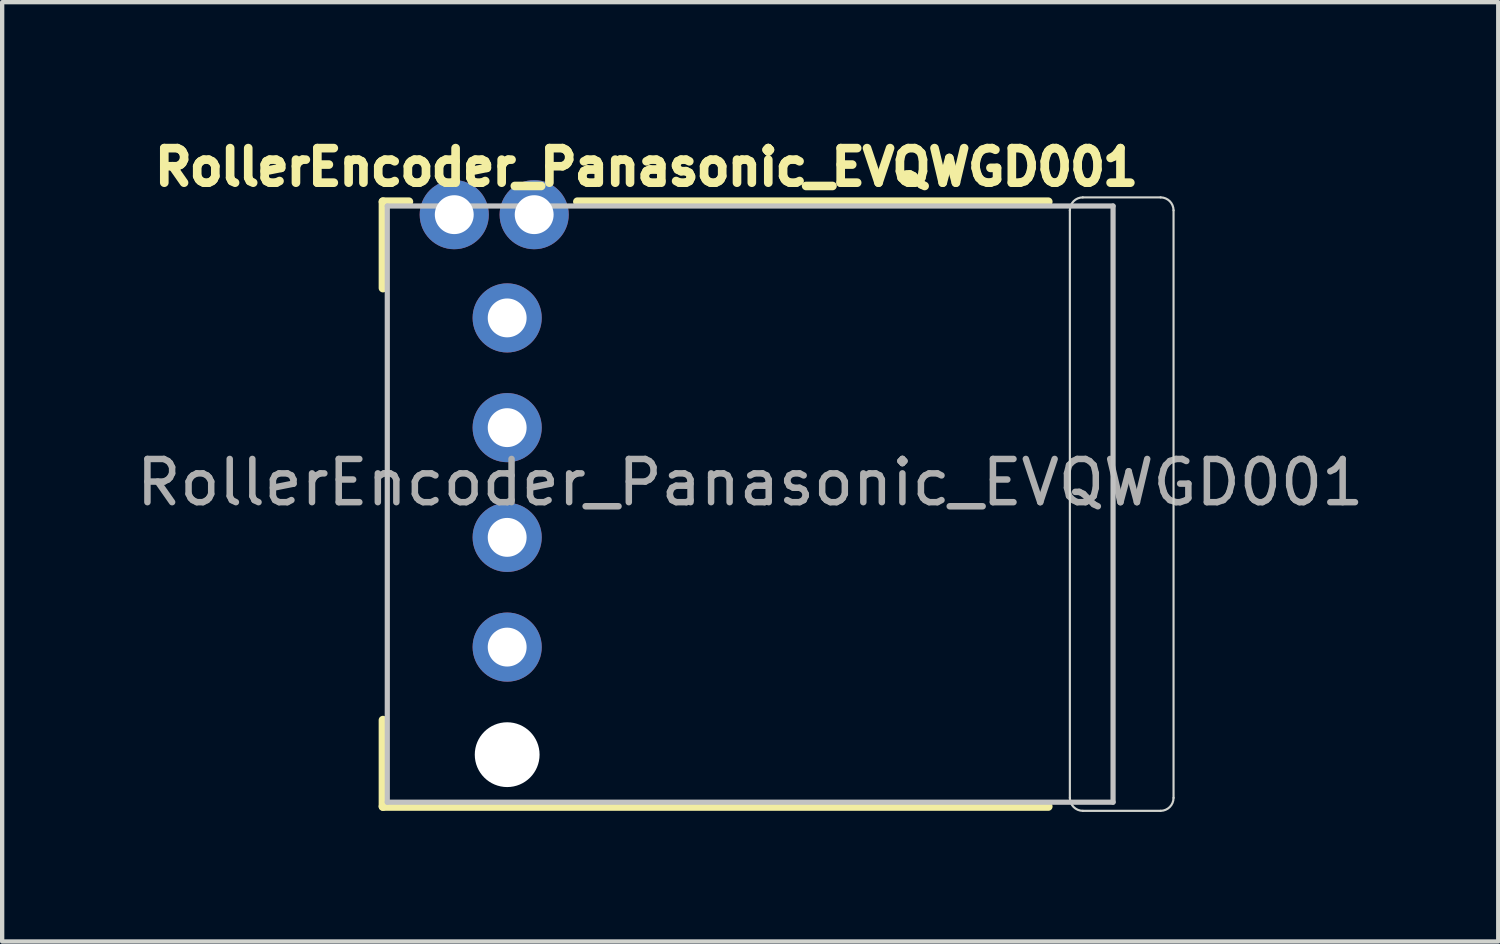
<source format=kicad_pcb>
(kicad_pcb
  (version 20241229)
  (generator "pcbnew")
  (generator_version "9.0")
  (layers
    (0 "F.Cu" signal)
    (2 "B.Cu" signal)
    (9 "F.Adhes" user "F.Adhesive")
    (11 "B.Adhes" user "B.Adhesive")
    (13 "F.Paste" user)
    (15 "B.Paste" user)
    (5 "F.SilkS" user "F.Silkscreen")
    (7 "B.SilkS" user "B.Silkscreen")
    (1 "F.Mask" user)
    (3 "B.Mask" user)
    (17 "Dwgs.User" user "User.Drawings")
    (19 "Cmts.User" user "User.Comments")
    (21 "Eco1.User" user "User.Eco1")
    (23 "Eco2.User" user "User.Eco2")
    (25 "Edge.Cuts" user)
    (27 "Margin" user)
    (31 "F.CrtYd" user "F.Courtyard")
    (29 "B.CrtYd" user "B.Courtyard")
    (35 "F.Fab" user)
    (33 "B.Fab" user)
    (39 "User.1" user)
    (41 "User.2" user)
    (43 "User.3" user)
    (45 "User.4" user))
  (footprint "RollerEncoder_Panasonic_EVQWGD001"
    (layer "F.Cu")
    (at 14.315 8.119)
    (property "Reference" "RollerEncoder_Panasonic_EVQWGD001" (at 0 0 180) (layer "F.Fab") (effects (font (size 1 1) (thickness 0.15))))
    (attr through_hole)
    (fp_line (start -8.5 -6.5) (end -8.5 -4.5) (stroke (width 0.2) (type solid)) (layer "F.SilkS"))
    (fp_line (start -8.5 5.5) (end -8.5 7.5) (stroke (width 0.2) (type solid)) (layer "F.SilkS"))
    (fp_line (start -8.5 7.5) (end 6.9 7.5) (stroke (width 0.2) (type solid)) (layer "F.SilkS"))
    (fp_line (start -7.9 -6.5) (end -8.5 -6.5) (stroke (width 0.2) (type solid)) (layer "F.SilkS"))
    (fp_line (start 6.9 -6.5) (end -4 -6.5) (stroke (width 0.2) (type solid)) (layer "F.SilkS"))
    (fp_line (start -8.4 -6.4) (end 8.4 -6.4) (stroke (width 0.12) (type solid)) (layer "Dwgs.User"))
    (fp_line (start -8.4 7.4) (end -8.4 -6.4) (stroke (width 0.12) (type solid)) (layer "Dwgs.User"))
    (fp_line (start 8.4 -6.4) (end 8.4 7.4) (stroke (width 0.12) (type solid)) (layer "Dwgs.User"))
    (fp_line (start 8.4 7.4) (end -8.4 7.4) (stroke (width 0.12) (type solid)) (layer "Dwgs.User"))
    (fp_line (start 7.4 -6.3) (end 7.4 7.3) (stroke (width 0.05) (type solid)) (layer "Edge.Cuts"))
    (fp_line (start 7.7 7.6) (end 9.5 7.6) (stroke (width 0.05) (type solid)) (layer "Edge.Cuts"))
    (fp_line (start 9.5 -6.6) (end 7.7 -6.6) (stroke (width 0.05) (type solid)) (layer "Edge.Cuts"))
    (fp_line (start 9.8 7.3) (end 9.8 -6.3) (stroke (width 0.05) (type solid)) (layer "Edge.Cuts"))
    (fp_arc (start 7.4 -6.3) (mid 7.487868 -6.512132) (end 7.7 -6.6) (stroke (width 0.05) (type solid)) (layer "Edge.Cuts"))
    (fp_arc (start 7.7 7.6) (mid 7.487868 7.512132) (end 7.4 7.3) (stroke (width 0.05) (type solid)) (layer "Edge.Cuts"))
    (fp_arc (start 9.5 -6.6) (mid 9.712132 -6.512132) (end 9.8 -6.3) (stroke (width 0.05) (type solid)) (layer "Edge.Cuts"))
    (fp_arc (start 9.8 7.3) (mid 9.712132 7.512132) (end 9.5 7.6) (stroke (width 0.05) (type solid)) (layer "Edge.Cuts"))
    (fp_text user "${REFERENCE}" (at -2.4 -7.3 180) (layer "F.SilkS") (effects (font (size 0.8 0.8) (thickness 0.2))))
    (pad "" np_thru_hole circle (at -5.625 6.3) (size 1.5 1.5) (drill 1.5) (layers "*.Cu" "*.Mask"))
    (pad "A" thru_hole circle (at -5.625 -3.81) (size 1.6 1.6) (drill 0.9) (layers "*.Cu" "*.Mask"))
    (pad "B" thru_hole circle (at -5.625 -1.27) (size 1.6 1.6) (drill 0.9) (layers "*.Cu" "*.Mask"))
    (pad "C" thru_hole circle (at -5.625 1.27) (size 1.6 1.6) (drill 0.9) (layers "*.Cu" "*.Mask"))
    (pad "D" thru_hole circle (at -5.625 3.81) (size 1.6 1.6) (drill 0.9) (layers "*.Cu" "*.Mask"))
    (pad "S1" thru_hole circle (at -6.85 -6.2) (size 1.6 1.6) (drill 0.9) (layers "*.Cu" "*.Mask"))
    (pad "S2" thru_hole circle (at -5 -6.2) (size 1.6 1.6) (drill 0.9) (layers "*.Cu" "*.Mask")))
  (gr_rect
    (start -3 -3)
    (end 31.631 18.744)
    (stroke (width 0.1) (type default))
    (fill no)
    (layer "Edge.Cuts")))
</source>
